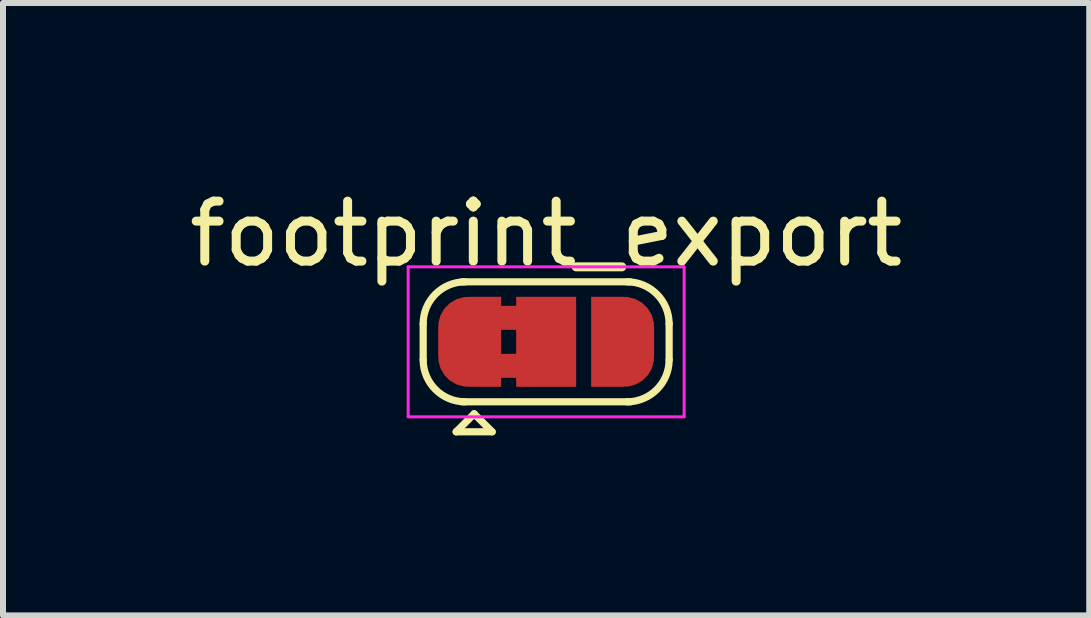
<source format=kicad_pcb>
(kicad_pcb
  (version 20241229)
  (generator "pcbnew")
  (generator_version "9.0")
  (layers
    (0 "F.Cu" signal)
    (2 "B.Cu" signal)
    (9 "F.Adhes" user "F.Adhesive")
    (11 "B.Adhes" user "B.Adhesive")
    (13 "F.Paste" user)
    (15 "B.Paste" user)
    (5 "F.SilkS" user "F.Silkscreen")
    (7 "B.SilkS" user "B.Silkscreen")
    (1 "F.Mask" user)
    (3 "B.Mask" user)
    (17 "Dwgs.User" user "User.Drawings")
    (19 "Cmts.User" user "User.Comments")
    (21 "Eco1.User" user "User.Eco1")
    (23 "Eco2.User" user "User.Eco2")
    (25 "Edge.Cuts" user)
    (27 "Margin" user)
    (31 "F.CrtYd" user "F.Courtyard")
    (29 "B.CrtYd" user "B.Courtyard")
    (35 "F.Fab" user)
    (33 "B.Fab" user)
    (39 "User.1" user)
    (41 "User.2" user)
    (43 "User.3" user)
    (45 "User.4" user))
  (footprint "footprint_export"
    (layer "F.Cu")
    (at 6.054 2.648)
    (property "Reference" "footprint_export" (at 0 -1.8 0) (layer "F.SilkS") (effects (font (size 1 1) (thickness 0.15))))
    (attr exclude_from_pos_files exclude_from_bom)
    (fp_poly (pts (xy -0.9 -0.6) (xy -0.4 -0.6) (xy -0.4 -0.2) (xy -0.9 -0.2)) (stroke (width 0) (type solid)) (fill yes) (layer "F.Cu"))
    (fp_poly (pts (xy -0.9 0.2) (xy -0.4 0.2) (xy -0.4 0.6) (xy -0.9 0.6)) (stroke (width 0) (type solid)) (fill yes) (layer "F.Cu"))
    (fp_line (start -2.05 0.3) (end -2.05 -0.3) (stroke (width 0.12) (type solid)) (layer "F.SilkS"))
    (fp_line (start -1.5 1.5) (end -0.9 1.5) (stroke (width 0.12) (type solid)) (layer "F.SilkS"))
    (fp_line (start -1.4 -1) (end 1.4 -1) (stroke (width 0.12) (type solid)) (layer "F.SilkS"))
    (fp_line (start -1.2 1.2) (end -1.5 1.5) (stroke (width 0.12) (type solid)) (layer "F.SilkS"))
    (fp_line (start -1.2 1.2) (end -0.9 1.5) (stroke (width 0.12) (type solid)) (layer "F.SilkS"))
    (fp_line (start 1.4 1) (end -1.4 1) (stroke (width 0.12) (type solid)) (layer "F.SilkS"))
    (fp_line (start 2.05 -0.3) (end 2.05 0.3) (stroke (width 0.12) (type solid)) (layer "F.SilkS"))
    (fp_arc (start -2.05 -0.3) (mid -1.844975 -0.794975) (end -1.35 -1) (stroke (width 0.12) (type solid)) (layer "F.SilkS"))
    (fp_arc (start -1.35 1) (mid -1.844975 0.794975) (end -2.05 0.3) (stroke (width 0.12) (type solid)) (layer "F.SilkS"))
    (fp_arc (start 1.35 -1) (mid 1.844975 -0.794975) (end 2.05 -0.3) (stroke (width 0.12) (type solid)) (layer "F.SilkS"))
    (fp_arc (start 2.05 0.3) (mid 1.844975 0.794975) (end 1.35 1) (stroke (width 0.12) (type solid)) (layer "F.SilkS"))
    (fp_line (start -2.3 -1.25) (end -2.3 1.25) (stroke (width 0.05) (type solid)) (layer "F.CrtYd"))
    (fp_line (start -2.3 -1.25) (end 2.3 -1.25) (stroke (width 0.05) (type solid)) (layer "F.CrtYd"))
    (fp_line (start 2.3 1.25) (end -2.3 1.25) (stroke (width 0.05) (type solid)) (layer "F.CrtYd"))
    (fp_line (start 2.3 1.25) (end 2.3 -1.25) (stroke (width 0.05) (type solid)) (layer "F.CrtYd"))
    (pad "1" smd custom (at -1.3 0) (size 1 0.5) (layers "F.Cu" "F.Mask") (options (anchor rect)) (primitives (gr_circle (center 0 0.25) (end 0.5 0.25) (width 0) (fill yes)) (gr_circle (center 0 -0.25) (end 0.5 -0.25) (width 0) (fill yes)) (gr_poly (pts (xy 0.55 0.75) (xy 0 0.75) (xy 0 -0.75) (xy 0.55 -0.75)) (width 0) (fill yes))))
    (pad "2" smd rect (at 0 0) (size 1 1.5) (layers "F.Cu" "F.Mask"))
    (pad "3" smd custom (at 1.3 0) (size 1 0.5) (layers "F.Cu" "F.Mask") (options (anchor rect)) (primitives (gr_circle (center 0 0.25) (end 0.5 0.25) (width 0) (fill yes)) (gr_circle (center 0 -0.25) (end 0.5 -0.25) (width 0) (fill yes)) (gr_poly (pts (xy 0 0.75) (xy -0.55 0.75) (xy -0.55 -0.75) (xy 0 -0.75)) (width 0) (fill yes)))))
  (gr_rect
    (start -3 -3)
    (end 15.107 7.208)
    (stroke (width 0.1) (type default))
    (fill no)
    (layer "Edge.Cuts")))
</source>
